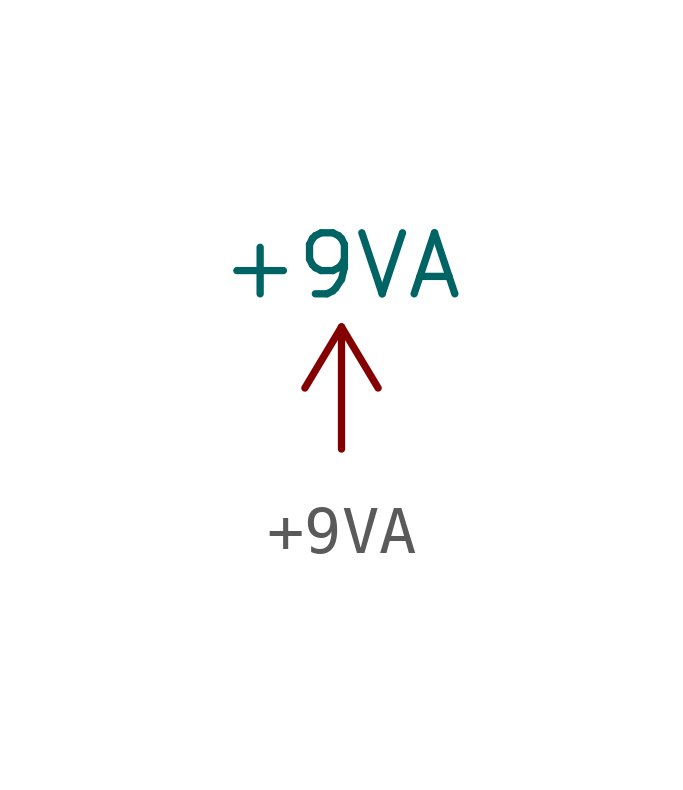
<source format=kicad_sym>
(kicad_symbol_lib
  (version 20220914)
  (generator kicad_symbol_editor)
  (symbol "+9VA"
    (power)
    (pin_names
      (offset 0))
    (property "Reference" "#PWR"
      (at 0 -3.175 0)
      (effects (font (size 1.27 1.27)) hide))
    (property "Value" "+9VA"
      (at 0 3.81 0)
      (effects (font (size 1.27 1.27))))
    (symbol "+9VA_0_1"
      (polyline (pts (xy -0.762 1.27) (xy 0 2.54)) (stroke (width 0) (type solid)) (fill (type none)))
      (polyline (pts (xy 0 0) (xy 0 2.54)) (stroke (width 0) (type solid)) (fill (type none)))
      (polyline (pts (xy 0 2.54) (xy 0.762 1.27)) (stroke (width 0) (type solid)) (fill (type none))))
    (symbol "+9VA_1_1"
      (pin power_in line (at 0 0 90) (length 0) hide (name "+9VA" (effects (font (size 1.27 1.27)))) (number "1" (effects (font (size 1.27 1.27))))))))
</source>
